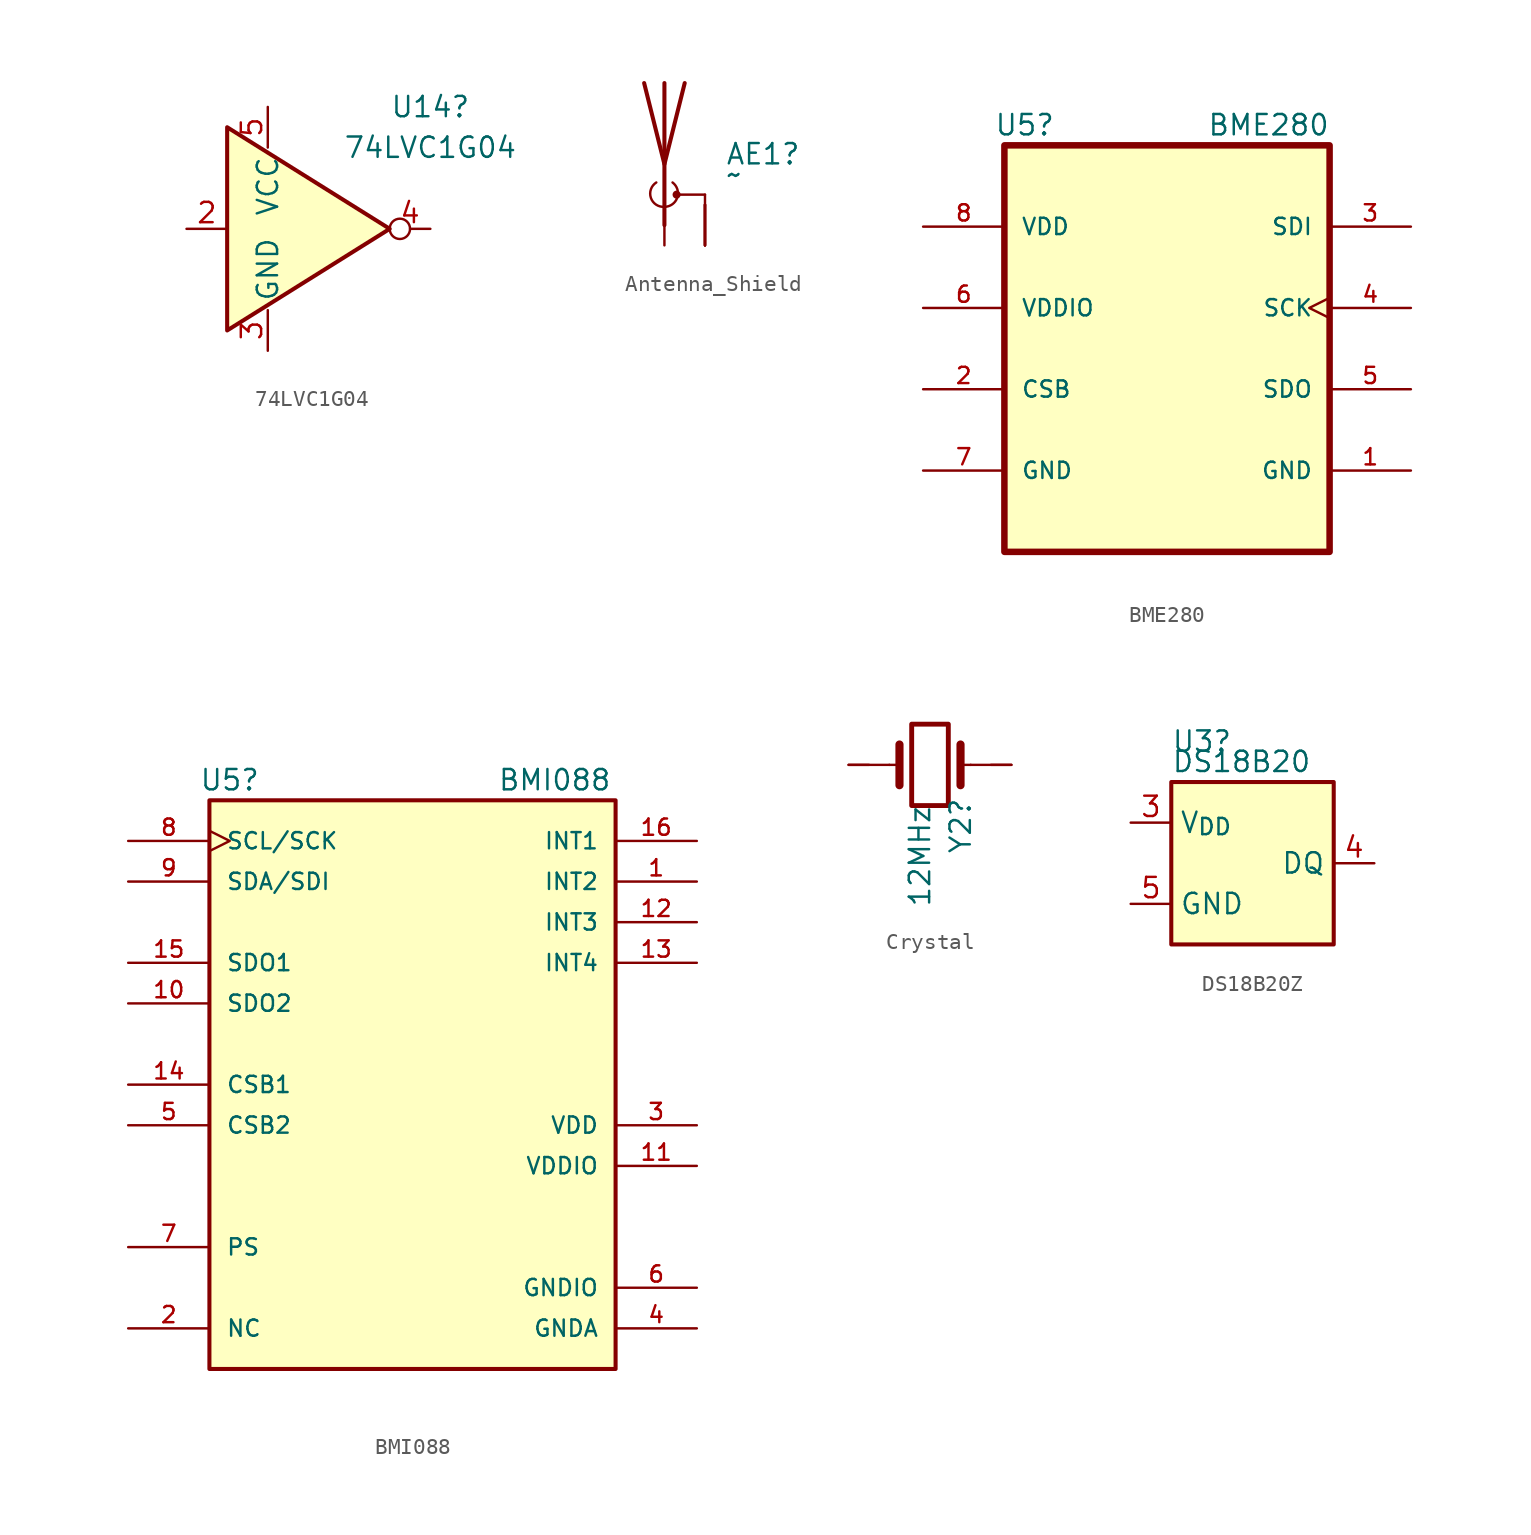
<source format=kicad_sym>
(kicad_symbol_lib
  (version 20231120)
  (generator "kicad_symbol_editor")
  (generator_version "8.0")
  (symbol "74LVC1G04"
    (property "Reference" "U14"
      (at 5.08 7.62 0)
      (effects (font (size 1.27 1.27))))
    (property "Value" "74LVC1G04"
      (at 5.08 5.08 0)
      (effects (font (size 1.27 1.27))))
    (symbol "74LVC1G04_0_1"
      (polyline (pts (xy -7.62 6.35) (xy -7.62 -6.35) (xy 2.54 0) (xy -7.62 6.35)) (stroke (width 0.254) (type default)) (fill (type background))))
    (symbol "74LVC1G04_1_1"
      (pin no_connect line (at -15.24 5.08 180) (length 0) hide (name "NC" (effects (font (size 1.27 1.27)))) (number "1" (effects (font (size 1.27 1.27)))))
      (pin input line (at -10.16 0 0) (length 2.54) (name "~" (effects (font (size 1.27 1.27)))) (number "2" (effects (font (size 1.27 1.27)))))
      (pin power_in line (at -5.08 -7.62 90) (length 2.54) (name "GND" (effects (font (size 1.27 1.27)))) (number "3" (effects (font (size 1.27 1.27)))))
      (pin output inverted (at 5.08 0 180) (length 2.54) (name "~" (effects (font (size 1.27 1.27)))) (number "4" (effects (font (size 1.27 1.27)))))
      (pin power_in line (at -5.08 7.62 270) (length 2.54) (name "VCC" (effects (font (size 1.27 1.27)))) (number "5" (effects (font (size 1.27 1.27)))))))
  (symbol "Antenna_Shield"
    (pin_numbers hide)
    (pin_names
      (offset 1.016) hide)
    (property "Reference" "AE1"
      (at 3.81 0.635 0)
      (effects (font (size 1.27 1.27)) (justify left)))
    (property "Value" "~"
      (at 3.81 -0.635 0)
      (effects (font (size 1.27 1.27)) (justify left)))
    (symbol "Antenna_Shield_0_1"
      (arc (start -0.508 -1.143) (mid -0.8429 -2.1194) (end 0 -2.667) (stroke (width 0) (type default)) (fill (type none)))
      (arc (start 0 -2.667) (mid 0.7989 -2.1052) (end 0.508 -1.143) (stroke (width 0) (type default)) (fill (type none)))
      (polyline (pts (xy 0 -2.54) (xy 0 0)) (stroke (width 0) (type default)) (fill (type none)))
      (polyline (pts (xy 0 5.08) (xy 0 -3.81)) (stroke (width 0.254) (type default)) (fill (type none)))
      (polyline (pts (xy 0.762 -1.905) (xy 2.54 -1.905)) (stroke (width 0) (type default)) (fill (type none)))
      (polyline (pts (xy 2.54 -2.54) (xy 2.54 -1.905)) (stroke (width 0) (type default)) (fill (type none)))
      (polyline (pts (xy 1.27 5.08) (xy 0 0) (xy -1.27 5.08)) (stroke (width 0.254) (type default)) (fill (type none)))
      (circle (center 0.762 -1.905) (radius 0.178) (stroke (width 0) (type default)) (fill (type outline))))
    (symbol "Antenna_Shield_1_1"
      (pin input line (at 0 -5.08 90) (length 2.54) (name "A" (effects (font (size 1.27 1.27)))) (number "1" (effects (font (size 1.27 1.27)))))
      (pin input line (at 2.54 -5.08 90) (length 2.54) (name "Shield" (effects (font (size 1.27 1.27)))) (number "2" (effects (font (size 1.27 1.27)))))
      (pin input line (at 2.54 -5.08 90) (length 2.54) (name "Shield" (effects (font (size 1.27 1.27)))) (number "3" (effects (font (size 1.27 1.27)))))
      (pin input line (at 2.54 -5.08 90) (length 2.54) (name "Shield" (effects (font (size 1.27 1.27)))) (number "4" (effects (font (size 1.27 1.27)))))
      (pin input line (at 2.54 -5.08 90) (length 2.54) (name "Shield" (effects (font (size 1.27 1.27)))) (number "5" (effects (font (size 1.27 1.27)))))))
  (symbol "BME280"
    (pin_names
      (offset 1.016))
    (property "Reference" "U5"
      (at -8.89 13.97 0)
      (effects (font (size 1.27 1.27))))
    (property "Value" "BME280"
      (at 6.35 13.97 0)
      (effects (font (size 1.27 1.27))))
    (symbol "BME280_0_0"
      (rectangle (start -10.16 -12.7) (end 10.16 12.7) (stroke (width 0.406) (type default)) (fill (type background)))
      (pin power_in line (at 15.24 -7.62 180) (length 5.08) (name "GND" (effects (font (size 1.016 1.016)))) (number "1" (effects (font (size 1.016 1.016)))))
      (pin input line (at -15.24 -2.54 0) (length 5.08) (name "CSB" (effects (font (size 1.016 1.016)))) (number "2" (effects (font (size 1.016 1.016)))))
      (pin bidirectional line (at 15.24 7.62 180) (length 5.08) (name "SDI" (effects (font (size 1.016 1.016)))) (number "3" (effects (font (size 1.016 1.016)))))
      (pin input clock (at 15.24 2.54 180) (length 5.08) (name "SCK" (effects (font (size 1.016 1.016)))) (number "4" (effects (font (size 1.016 1.016)))))
      (pin passive line (at 15.24 -2.54 180) (length 5.08) (name "SDO" (effects (font (size 1.016 1.016)))) (number "5" (effects (font (size 1.016 1.016)))))
      (pin power_in line (at -15.24 2.54 0) (length 5.08) (name "VDDIO" (effects (font (size 1.016 1.016)))) (number "6" (effects (font (size 1.016 1.016)))))
      (pin power_in line (at -15.24 -7.62 0) (length 5.08) (name "GND" (effects (font (size 1.016 1.016)))) (number "7" (effects (font (size 1.016 1.016)))))
      (pin power_in line (at -15.24 7.62 0) (length 5.08) (name "VDD" (effects (font (size 1.016 1.016)))) (number "8" (effects (font (size 1.016 1.016)))))))
  (symbol "BMI088"
    (pin_names
      (offset 1.016))
    (property "Reference" "U5"
      (at -11.43 19.05 0)
      (effects (font (size 1.27 1.27))))
    (property "Value" "BMI088"
      (at 8.89 19.05 0)
      (effects (font (size 1.27 1.27))))
    (symbol "BMI088_0_0"
      (rectangle (start -12.7 -17.78) (end 12.7 17.78) (stroke (width 0.254) (type default)) (fill (type background)))
      (pin bidirectional line (at 17.78 12.7 180) (length 5.08) (name "INT2" (effects (font (size 1.016 1.016)))) (number "1" (effects (font (size 1.016 1.016)))))
      (pin bidirectional line (at -17.78 5.08 0) (length 5.08) (name "SDO2" (effects (font (size 1.016 1.016)))) (number "10" (effects (font (size 1.016 1.016)))))
      (pin power_in line (at 17.78 -5.08 180) (length 5.08) (name "VDDIO" (effects (font (size 1.016 1.016)))) (number "11" (effects (font (size 1.016 1.016)))))
      (pin bidirectional line (at 17.78 10.16 180) (length 5.08) (name "INT3" (effects (font (size 1.016 1.016)))) (number "12" (effects (font (size 1.016 1.016)))))
      (pin bidirectional line (at 17.78 7.62 180) (length 5.08) (name "INT4" (effects (font (size 1.016 1.016)))) (number "13" (effects (font (size 1.016 1.016)))))
      (pin input line (at -17.78 0 0) (length 5.08) (name "CSB1" (effects (font (size 1.016 1.016)))) (number "14" (effects (font (size 1.016 1.016)))))
      (pin output line (at -17.78 7.62 0) (length 5.08) (name "SDO1" (effects (font (size 1.016 1.016)))) (number "15" (effects (font (size 1.016 1.016)))))
      (pin bidirectional line (at 17.78 15.24 180) (length 5.08) (name "INT1" (effects (font (size 1.016 1.016)))) (number "16" (effects (font (size 1.016 1.016)))))
      (pin passive line (at -17.78 -15.24 0) (length 5.08) (name "NC" (effects (font (size 1.016 1.016)))) (number "2" (effects (font (size 1.016 1.016)))))
      (pin power_in line (at 17.78 -2.54 180) (length 5.08) (name "VDD" (effects (font (size 1.016 1.016)))) (number "3" (effects (font (size 1.016 1.016)))))
      (pin power_in line (at 17.78 -15.24 180) (length 5.08) (name "GNDA" (effects (font (size 1.016 1.016)))) (number "4" (effects (font (size 1.016 1.016)))))
      (pin input line (at -17.78 -2.54 0) (length 5.08) (name "CSB2" (effects (font (size 1.016 1.016)))) (number "5" (effects (font (size 1.016 1.016)))))
      (pin power_in line (at 17.78 -12.7 180) (length 5.08) (name "GNDIO" (effects (font (size 1.016 1.016)))) (number "6" (effects (font (size 1.016 1.016)))))
      (pin input line (at -17.78 -10.16 0) (length 5.08) (name "PS" (effects (font (size 1.016 1.016)))) (number "7" (effects (font (size 1.016 1.016)))))
      (pin input clock (at -17.78 15.24 0) (length 5.08) (name "SCL/SCK" (effects (font (size 1.016 1.016)))) (number "8" (effects (font (size 1.016 1.016)))))
      (pin bidirectional line (at -17.78 12.7 0) (length 5.08) (name "SDA/SDI" (effects (font (size 1.016 1.016)))) (number "9" (effects (font (size 1.016 1.016)))))))
  (symbol "Crystal"
    (pin_numbers hide)
    (pin_names
      (offset 1.016) hide)
    (property "Reference" "Y2"
      (at 1.905 -3.81 90)
      (effects (font (size 1.27 1.27))))
    (property "Value" "12MHz"
      (at -0.635 -5.715 90)
      (effects (font (size 1.27 1.27))))
    (symbol "Crystal_0_1"
      (rectangle (start -1.143 2.54) (end 1.143 -2.54) (stroke (width 0.305) (type default)) (fill (type none)))
      (polyline (pts (xy -2.54 0) (xy -1.905 0)) (stroke (width 0) (type default)) (fill (type none)))
      (polyline (pts (xy -1.905 -1.27) (xy -1.905 1.27)) (stroke (width 0.508) (type default)) (fill (type none)))
      (polyline (pts (xy 1.905 -1.27) (xy 1.905 1.27)) (stroke (width 0.508) (type default)) (fill (type none)))
      (polyline (pts (xy 2.54 0) (xy 1.905 0)) (stroke (width 0) (type default)) (fill (type none)))
      (polyline (pts (xy 2.54 0) (xy 5.08 0)) (stroke (width 0) (type default)) (fill (type none)))
      (polyline (pts (xy -2.54 0) (xy -5.08 0) (xy -2.54 0)) (stroke (width 0) (type default)) (fill (type none))))
    (symbol "Crystal_1_1"
      (pin passive line (at -5.08 0 0) (length 1.27) (name "1" (effects (font (size 1.27 1.27)))) (number "1" (effects (font (size 1.27 1.27)))))
      (pin passive line (at 5.08 0 180) (length 1.27) (name "2" (effects (font (size 1.27 1.27)))) (number "2" (effects (font (size 1.27 1.27)))))))
  (symbol "DS18B20Z"
    (property "Reference" "U3"
      (at -5.08 7.62 0)
      (effects (font (size 1.27 1.27)) (justify left)))
    (property "Value" "DS18B20"
      (at -5.08 6.35 0)
      (effects (font (size 1.27 1.27)) (justify left)))
    (symbol "DS18B20Z_0_1"
      (rectangle (start -5.08 5.08) (end 5.08 -5.08) (stroke (width 0.254) (type default)) (fill (type background))))
    (symbol "DS18B20Z_1_1"
      (pin no_connect line (at -5.08 2.54 0) (length 2.54) hide (name "NC" (effects (font (size 1.27 1.27)))) (number "1" (effects (font (size 1.27 1.27)))))
      (pin no_connect line (at -5.08 0 0) (length 2.54) hide (name "NC" (effects (font (size 1.27 1.27)))) (number "2" (effects (font (size 1.27 1.27)))))
      (pin power_in line (at -7.62 2.54 0) (length 2.54) (name "V_{DD}" (effects (font (size 1.27 1.27)))) (number "3" (effects (font (size 1.27 1.27)))))
      (pin bidirectional line (at 7.62 0 180) (length 2.54) (name "DQ" (effects (font (size 1.27 1.27)))) (number "4" (effects (font (size 1.27 1.27)))))
      (pin power_in line (at -7.62 -2.54 0) (length 2.54) (name "GND" (effects (font (size 1.27 1.27)))) (number "5" (effects (font (size 1.27 1.27)))))
      (pin no_connect line (at -5.08 -2.54 0) (length 2.54) hide (name "NC" (effects (font (size 1.27 1.27)))) (number "6" (effects (font (size 1.27 1.27)))))
      (pin no_connect line (at 5.08 2.54 180) (length 2.54) hide (name "NC" (effects (font (size 1.27 1.27)))) (number "7" (effects (font (size 1.27 1.27)))))
      (pin no_connect line (at 5.08 -2.54 180) (length 2.54) hide (name "NC" (effects (font (size 1.27 1.27)))) (number "8" (effects (font (size 1.27 1.27))))))))
</source>
